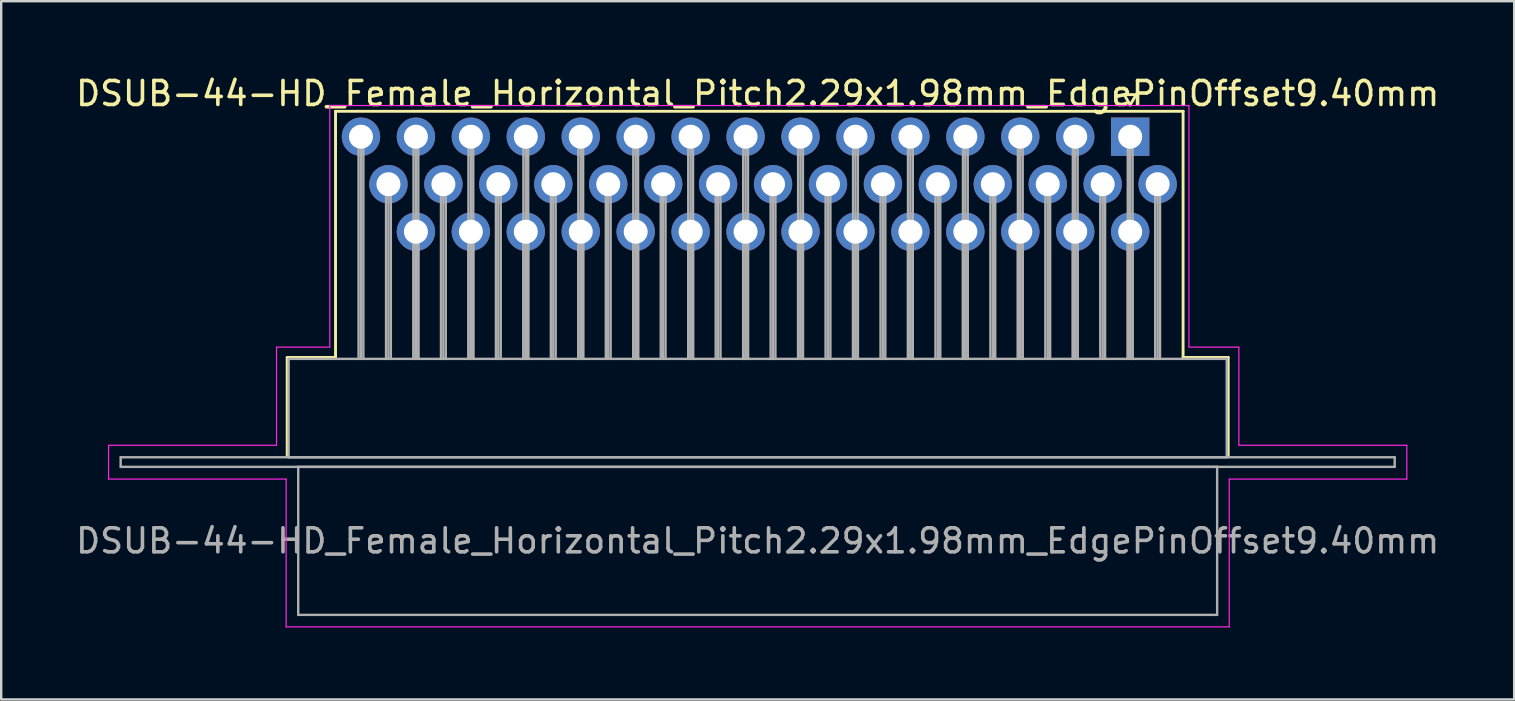
<source format=kicad_pcb>
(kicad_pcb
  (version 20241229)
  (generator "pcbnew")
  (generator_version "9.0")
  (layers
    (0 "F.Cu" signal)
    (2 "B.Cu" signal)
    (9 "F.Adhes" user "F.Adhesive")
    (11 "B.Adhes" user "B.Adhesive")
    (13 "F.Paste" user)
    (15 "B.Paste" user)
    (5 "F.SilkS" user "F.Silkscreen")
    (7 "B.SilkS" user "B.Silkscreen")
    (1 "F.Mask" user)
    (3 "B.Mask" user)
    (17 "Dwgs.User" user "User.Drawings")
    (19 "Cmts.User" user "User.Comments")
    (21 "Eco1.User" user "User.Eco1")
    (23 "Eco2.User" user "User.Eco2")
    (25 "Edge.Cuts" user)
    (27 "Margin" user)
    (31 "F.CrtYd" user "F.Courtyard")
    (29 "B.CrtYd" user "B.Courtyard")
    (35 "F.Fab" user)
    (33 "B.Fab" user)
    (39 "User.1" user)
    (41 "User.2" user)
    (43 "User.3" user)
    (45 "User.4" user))
  (footprint "DSUB-44-HD_Female_Horizontal_Pitch2.29x1.98mm_EdgePinOffset9.40mm"
    (layer "F.Cu")
    (at 44.055 2.648)
    (property "Reference" "DSUB-44-HD_Female_Horizontal_Pitch2.29x1.98mm_EdgePinOffset9.40mm" (at -15.525 -1.8 0) (layer "F.SilkS") (effects (font (size 1 1) (thickness 0.15))))
    (attr through_hole)
    (fp_line (start -35.135 9.2) (end -33.12 9.2) (stroke (width 0.12) (type solid)) (layer "F.SilkS"))
    (fp_line (start -35.135 13.3) (end -35.135 9.2) (stroke (width 0.12) (type solid)) (layer "F.SilkS"))
    (fp_line (start -33.12 -1.06) (end 2.205 -1.06) (stroke (width 0.12) (type solid)) (layer "F.SilkS"))
    (fp_line (start -33.12 9.2) (end -33.12 -1.06) (stroke (width 0.12) (type solid)) (layer "F.SilkS"))
    (fp_line (start -0.25 -1.754) (end 0.25 -1.754) (stroke (width 0.12) (type solid)) (layer "F.SilkS"))
    (fp_line (start 0 -1.321) (end -0.25 -1.754) (stroke (width 0.12) (type solid)) (layer "F.SilkS"))
    (fp_line (start 0.25 -1.754) (end 0 -1.321) (stroke (width 0.12) (type solid)) (layer "F.SilkS"))
    (fp_line (start 2.205 -1.06) (end 2.205 9.2) (stroke (width 0.12) (type solid)) (layer "F.SilkS"))
    (fp_line (start 2.205 9.2) (end 4.085 9.2) (stroke (width 0.12) (type solid)) (layer "F.SilkS"))
    (fp_line (start 4.085 9.2) (end 4.085 13.3) (stroke (width 0.12) (type solid)) (layer "F.SilkS"))
    (fp_line (start -42.58 12.86) (end -35.58 12.86) (stroke (width 0.05) (type solid)) (layer "F.CrtYd"))
    (fp_line (start -42.58 14.27) (end -42.58 12.86) (stroke (width 0.05) (type solid)) (layer "F.CrtYd"))
    (fp_line (start -35.58 8.77) (end -33.36 8.77) (stroke (width 0.05) (type solid)) (layer "F.CrtYd"))
    (fp_line (start -35.58 12.86) (end -35.58 8.77) (stroke (width 0.05) (type solid)) (layer "F.CrtYd"))
    (fp_line (start -35.18 14.27) (end -42.58 14.27) (stroke (width 0.05) (type solid)) (layer "F.CrtYd"))
    (fp_line (start -35.18 20.43) (end -35.18 14.27) (stroke (width 0.05) (type solid)) (layer "F.CrtYd"))
    (fp_line (start -33.36 -1.3) (end 2.45 -1.3) (stroke (width 0.05) (type solid)) (layer "F.CrtYd"))
    (fp_line (start -33.36 8.77) (end -33.36 -1.3) (stroke (width 0.05) (type solid)) (layer "F.CrtYd"))
    (fp_line (start 2.45 -1.3) (end 2.45 8.77) (stroke (width 0.05) (type solid)) (layer "F.CrtYd"))
    (fp_line (start 2.45 8.77) (end 4.53 8.77) (stroke (width 0.05) (type solid)) (layer "F.CrtYd"))
    (fp_line (start 4.13 14.27) (end 4.13 20.43) (stroke (width 0.05) (type solid)) (layer "F.CrtYd"))
    (fp_line (start 4.13 20.43) (end -35.18 20.43) (stroke (width 0.05) (type solid)) (layer "F.CrtYd"))
    (fp_line (start 4.53 8.77) (end 4.53 12.86) (stroke (width 0.05) (type solid)) (layer "F.CrtYd"))
    (fp_line (start 4.53 12.86) (end 11.53 12.86) (stroke (width 0.05) (type solid)) (layer "F.CrtYd"))
    (fp_line (start 11.53 12.86) (end 11.53 14.27) (stroke (width 0.05) (type solid)) (layer "F.CrtYd"))
    (fp_line (start 11.53 14.27) (end 4.13 14.27) (stroke (width 0.05) (type solid)) (layer "F.CrtYd"))
    (fp_line (start -42.075 13.36) (end -42.075 13.76) (stroke (width 0.1) (type solid)) (layer "F.Fab"))
    (fp_line (start -42.075 13.76) (end 11.025 13.76) (stroke (width 0.1) (type solid)) (layer "F.Fab"))
    (fp_line (start -35.075 9.26) (end -35.075 13.36) (stroke (width 0.1) (type solid)) (layer "F.Fab"))
    (fp_line (start -35.075 13.36) (end 4.025 13.36) (stroke (width 0.1) (type solid)) (layer "F.Fab"))
    (fp_line (start -34.675 13.76) (end -34.675 19.93) (stroke (width 0.1) (type solid)) (layer "F.Fab"))
    (fp_line (start -34.675 19.93) (end 3.625 19.93) (stroke (width 0.1) (type solid)) (layer "F.Fab"))
    (fp_line (start -32.16 0) (end -32.16 9.26) (stroke (width 0.1) (type solid)) (layer "F.Fab"))
    (fp_line (start -32.06 0) (end -32.06 9.26) (stroke (width 0.1) (type solid)) (layer "F.Fab"))
    (fp_line (start -31.96 0) (end -31.96 9.26) (stroke (width 0.1) (type solid)) (layer "F.Fab"))
    (fp_line (start -31.015 1.98) (end -31.015 9.26) (stroke (width 0.1) (type solid)) (layer "F.Fab"))
    (fp_line (start -30.915 1.98) (end -30.915 9.26) (stroke (width 0.1) (type solid)) (layer "F.Fab"))
    (fp_line (start -30.815 1.98) (end -30.815 9.26) (stroke (width 0.1) (type solid)) (layer "F.Fab"))
    (fp_line (start -29.87 0) (end -29.87 9.26) (stroke (width 0.1) (type solid)) (layer "F.Fab"))
    (fp_line (start -29.87 3.96) (end -29.87 9.26) (stroke (width 0.1) (type solid)) (layer "F.Fab"))
    (fp_line (start -29.77 0) (end -29.77 9.26) (stroke (width 0.1) (type solid)) (layer "F.Fab"))
    (fp_line (start -29.77 3.96) (end -29.77 9.26) (stroke (width 0.1) (type solid)) (layer "F.Fab"))
    (fp_line (start -29.67 0) (end -29.67 9.26) (stroke (width 0.1) (type solid)) (layer "F.Fab"))
    (fp_line (start -29.67 3.96) (end -29.67 9.26) (stroke (width 0.1) (type solid)) (layer "F.Fab"))
    (fp_line (start -28.725 1.98) (end -28.725 9.26) (stroke (width 0.1) (type solid)) (layer "F.Fab"))
    (fp_line (start -28.625 1.98) (end -28.625 9.26) (stroke (width 0.1) (type solid)) (layer "F.Fab"))
    (fp_line (start -28.525 1.98) (end -28.525 9.26) (stroke (width 0.1) (type solid)) (layer "F.Fab"))
    (fp_line (start -27.58 0) (end -27.58 9.26) (stroke (width 0.1) (type solid)) (layer "F.Fab"))
    (fp_line (start -27.58 3.96) (end -27.58 9.26) (stroke (width 0.1) (type solid)) (layer "F.Fab"))
    (fp_line (start -27.48 0) (end -27.48 9.26) (stroke (width 0.1) (type solid)) (layer "F.Fab"))
    (fp_line (start -27.48 3.96) (end -27.48 9.26) (stroke (width 0.1) (type solid)) (layer "F.Fab"))
    (fp_line (start -27.38 0) (end -27.38 9.26) (stroke (width 0.1) (type solid)) (layer "F.Fab"))
    (fp_line (start -27.38 3.96) (end -27.38 9.26) (stroke (width 0.1) (type solid)) (layer "F.Fab"))
    (fp_line (start -26.435 1.98) (end -26.435 9.26) (stroke (width 0.1) (type solid)) (layer "F.Fab"))
    (fp_line (start -26.335 1.98) (end -26.335 9.26) (stroke (width 0.1) (type solid)) (layer "F.Fab"))
    (fp_line (start -26.235 1.98) (end -26.235 9.26) (stroke (width 0.1) (type solid)) (layer "F.Fab"))
    (fp_line (start -25.29 0) (end -25.29 9.26) (stroke (width 0.1) (type solid)) (layer "F.Fab"))
    (fp_line (start -25.29 3.96) (end -25.29 9.26) (stroke (width 0.1) (type solid)) (layer "F.Fab"))
    (fp_line (start -25.19 0) (end -25.19 9.26) (stroke (width 0.1) (type solid)) (layer "F.Fab"))
    (fp_line (start -25.19 3.96) (end -25.19 9.26) (stroke (width 0.1) (type solid)) (layer "F.Fab"))
    (fp_line (start -25.09 0) (end -25.09 9.26) (stroke (width 0.1) (type solid)) (layer "F.Fab"))
    (fp_line (start -25.09 3.96) (end -25.09 9.26) (stroke (width 0.1) (type solid)) (layer "F.Fab"))
    (fp_line (start -24.145 1.98) (end -24.145 9.26) (stroke (width 0.1) (type solid)) (layer "F.Fab"))
    (fp_line (start -24.045 1.98) (end -24.045 9.26) (stroke (width 0.1) (type solid)) (layer "F.Fab"))
    (fp_line (start -23.945 1.98) (end -23.945 9.26) (stroke (width 0.1) (type solid)) (layer "F.Fab"))
    (fp_line (start -23 0) (end -23 9.26) (stroke (width 0.1) (type solid)) (layer "F.Fab"))
    (fp_line (start -23 3.96) (end -23 9.26) (stroke (width 0.1) (type solid)) (layer "F.Fab"))
    (fp_line (start -22.9 0) (end -22.9 9.26) (stroke (width 0.1) (type solid)) (layer "F.Fab"))
    (fp_line (start -22.9 3.96) (end -22.9 9.26) (stroke (width 0.1) (type solid)) (layer "F.Fab"))
    (fp_line (start -22.8 0) (end -22.8 9.26) (stroke (width 0.1) (type solid)) (layer "F.Fab"))
    (fp_line (start -22.8 3.96) (end -22.8 9.26) (stroke (width 0.1) (type solid)) (layer "F.Fab"))
    (fp_line (start -21.855 1.98) (end -21.855 9.26) (stroke (width 0.1) (type solid)) (layer "F.Fab"))
    (fp_line (start -21.755 1.98) (end -21.755 9.26) (stroke (width 0.1) (type solid)) (layer "F.Fab"))
    (fp_line (start -21.655 1.98) (end -21.655 9.26) (stroke (width 0.1) (type solid)) (layer "F.Fab"))
    (fp_line (start -20.71 0) (end -20.71 9.26) (stroke (width 0.1) (type solid)) (layer "F.Fab"))
    (fp_line (start -20.71 3.96) (end -20.71 9.26) (stroke (width 0.1) (type solid)) (layer "F.Fab"))
    (fp_line (start -20.61 0) (end -20.61 9.26) (stroke (width 0.1) (type solid)) (layer "F.Fab"))
    (fp_line (start -20.61 3.96) (end -20.61 9.26) (stroke (width 0.1) (type solid)) (layer "F.Fab"))
    (fp_line (start -20.51 0) (end -20.51 9.26) (stroke (width 0.1) (type solid)) (layer "F.Fab"))
    (fp_line (start -20.51 3.96) (end -20.51 9.26) (stroke (width 0.1) (type solid)) (layer "F.Fab"))
    (fp_line (start -19.565 1.98) (end -19.565 9.26) (stroke (width 0.1) (type solid)) (layer "F.Fab"))
    (fp_line (start -19.465 1.98) (end -19.465 9.26) (stroke (width 0.1) (type solid)) (layer "F.Fab"))
    (fp_line (start -19.365 1.98) (end -19.365 9.26) (stroke (width 0.1) (type solid)) (layer "F.Fab"))
    (fp_line (start -18.42 0) (end -18.42 9.26) (stroke (width 0.1) (type solid)) (layer "F.Fab"))
    (fp_line (start -18.42 3.96) (end -18.42 9.26) (stroke (width 0.1) (type solid)) (layer "F.Fab"))
    (fp_line (start -18.32 0) (end -18.32 9.26) (stroke (width 0.1) (type solid)) (layer "F.Fab"))
    (fp_line (start -18.32 3.96) (end -18.32 9.26) (stroke (width 0.1) (type solid)) (layer "F.Fab"))
    (fp_line (start -18.22 0) (end -18.22 9.26) (stroke (width 0.1) (type solid)) (layer "F.Fab"))
    (fp_line (start -18.22 3.96) (end -18.22 9.26) (stroke (width 0.1) (type solid)) (layer "F.Fab"))
    (fp_line (start -17.275 1.98) (end -17.275 9.26) (stroke (width 0.1) (type solid)) (layer "F.Fab"))
    (fp_line (start -17.175 1.98) (end -17.175 9.26) (stroke (width 0.1) (type solid)) (layer "F.Fab"))
    (fp_line (start -17.075 1.98) (end -17.075 9.26) (stroke (width 0.1) (type solid)) (layer "F.Fab"))
    (fp_line (start -16.13 0) (end -16.13 9.26) (stroke (width 0.1) (type solid)) (layer "F.Fab"))
    (fp_line (start -16.13 3.96) (end -16.13 9.26) (stroke (width 0.1) (type solid)) (layer "F.Fab"))
    (fp_line (start -16.03 0) (end -16.03 9.26) (stroke (width 0.1) (type solid)) (layer "F.Fab"))
    (fp_line (start -16.03 3.96) (end -16.03 9.26) (stroke (width 0.1) (type solid)) (layer "F.Fab"))
    (fp_line (start -15.93 0) (end -15.93 9.26) (stroke (width 0.1) (type solid)) (layer "F.Fab"))
    (fp_line (start -15.93 3.96) (end -15.93 9.26) (stroke (width 0.1) (type solid)) (layer "F.Fab"))
    (fp_line (start -14.985 1.98) (end -14.985 9.26) (stroke (width 0.1) (type solid)) (layer "F.Fab"))
    (fp_line (start -14.885 1.98) (end -14.885 9.26) (stroke (width 0.1) (type solid)) (layer "F.Fab"))
    (fp_line (start -14.785 1.98) (end -14.785 9.26) (stroke (width 0.1) (type solid)) (layer "F.Fab"))
    (fp_line (start -13.84 0) (end -13.84 9.26) (stroke (width 0.1) (type solid)) (layer "F.Fab"))
    (fp_line (start -13.84 3.96) (end -13.84 9.26) (stroke (width 0.1) (type solid)) (layer "F.Fab"))
    (fp_line (start -13.74 0) (end -13.74 9.26) (stroke (width 0.1) (type solid)) (layer "F.Fab"))
    (fp_line (start -13.74 3.96) (end -13.74 9.26) (stroke (width 0.1) (type solid)) (layer "F.Fab"))
    (fp_line (start -13.64 0) (end -13.64 9.26) (stroke (width 0.1) (type solid)) (layer "F.Fab"))
    (fp_line (start -13.64 3.96) (end -13.64 9.26) (stroke (width 0.1) (type solid)) (layer "F.Fab"))
    (fp_line (start -12.695 1.98) (end -12.695 9.26) (stroke (width 0.1) (type solid)) (layer "F.Fab"))
    (fp_line (start -12.595 1.98) (end -12.595 9.26) (stroke (width 0.1) (type solid)) (layer "F.Fab"))
    (fp_line (start -12.495 1.98) (end -12.495 9.26) (stroke (width 0.1) (type solid)) (layer "F.Fab"))
    (fp_line (start -11.55 0) (end -11.55 9.26) (stroke (width 0.1) (type solid)) (layer "F.Fab"))
    (fp_line (start -11.55 3.96) (end -11.55 9.26) (stroke (width 0.1) (type solid)) (layer "F.Fab"))
    (fp_line (start -11.45 0) (end -11.45 9.26) (stroke (width 0.1) (type solid)) (layer "F.Fab"))
    (fp_line (start -11.45 3.96) (end -11.45 9.26) (stroke (width 0.1) (type solid)) (layer "F.Fab"))
    (fp_line (start -11.35 0) (end -11.35 9.26) (stroke (width 0.1) (type solid)) (layer "F.Fab"))
    (fp_line (start -11.35 3.96) (end -11.35 9.26) (stroke (width 0.1) (type solid)) (layer "F.Fab"))
    (fp_line (start -10.405 1.98) (end -10.405 9.26) (stroke (width 0.1) (type solid)) (layer "F.Fab"))
    (fp_line (start -10.305 1.98) (end -10.305 9.26) (stroke (width 0.1) (type solid)) (layer "F.Fab"))
    (fp_line (start -10.205 1.98) (end -10.205 9.26) (stroke (width 0.1) (type solid)) (layer "F.Fab"))
    (fp_line (start -9.26 0) (end -9.26 9.26) (stroke (width 0.1) (type solid)) (layer "F.Fab"))
    (fp_line (start -9.26 3.96) (end -9.26 9.26) (stroke (width 0.1) (type solid)) (layer "F.Fab"))
    (fp_line (start -9.16 0) (end -9.16 9.26) (stroke (width 0.1) (type solid)) (layer "F.Fab"))
    (fp_line (start -9.16 3.96) (end -9.16 9.26) (stroke (width 0.1) (type solid)) (layer "F.Fab"))
    (fp_line (start -9.06 0) (end -9.06 9.26) (stroke (width 0.1) (type solid)) (layer "F.Fab"))
    (fp_line (start -9.06 3.96) (end -9.06 9.26) (stroke (width 0.1) (type solid)) (layer "F.Fab"))
    (fp_line (start -8.115 1.98) (end -8.115 9.26) (stroke (width 0.1) (type solid)) (layer "F.Fab"))
    (fp_line (start -8.015 1.98) (end -8.015 9.26) (stroke (width 0.1) (type solid)) (layer "F.Fab"))
    (fp_line (start -7.915 1.98) (end -7.915 9.26) (stroke (width 0.1) (type solid)) (layer "F.Fab"))
    (fp_line (start -6.97 0) (end -6.97 9.26) (stroke (width 0.1) (type solid)) (layer "F.Fab"))
    (fp_line (start -6.97 3.96) (end -6.97 9.26) (stroke (width 0.1) (type solid)) (layer "F.Fab"))
    (fp_line (start -6.87 0) (end -6.87 9.26) (stroke (width 0.1) (type solid)) (layer "F.Fab"))
    (fp_line (start -6.87 3.96) (end -6.87 9.26) (stroke (width 0.1) (type solid)) (layer "F.Fab"))
    (fp_line (start -6.77 0) (end -6.77 9.26) (stroke (width 0.1) (type solid)) (layer "F.Fab"))
    (fp_line (start -6.77 3.96) (end -6.77 9.26) (stroke (width 0.1) (type solid)) (layer "F.Fab"))
    (fp_line (start -5.825 1.98) (end -5.825 9.26) (stroke (width 0.1) (type solid)) (layer "F.Fab"))
    (fp_line (start -5.725 1.98) (end -5.725 9.26) (stroke (width 0.1) (type solid)) (layer "F.Fab"))
    (fp_line (start -5.625 1.98) (end -5.625 9.26) (stroke (width 0.1) (type solid)) (layer "F.Fab"))
    (fp_line (start -4.68 0) (end -4.68 9.26) (stroke (width 0.1) (type solid)) (layer "F.Fab"))
    (fp_line (start -4.68 3.96) (end -4.68 9.26) (stroke (width 0.1) (type solid)) (layer "F.Fab"))
    (fp_line (start -4.58 0) (end -4.58 9.26) (stroke (width 0.1) (type solid)) (layer "F.Fab"))
    (fp_line (start -4.58 3.96) (end -4.58 9.26) (stroke (width 0.1) (type solid)) (layer "F.Fab"))
    (fp_line (start -4.48 0) (end -4.48 9.26) (stroke (width 0.1) (type solid)) (layer "F.Fab"))
    (fp_line (start -4.48 3.96) (end -4.48 9.26) (stroke (width 0.1) (type solid)) (layer "F.Fab"))
    (fp_line (start -3.535 1.98) (end -3.535 9.26) (stroke (width 0.1) (type solid)) (layer "F.Fab"))
    (fp_line (start -3.435 1.98) (end -3.435 9.26) (stroke (width 0.1) (type solid)) (layer "F.Fab"))
    (fp_line (start -3.335 1.98) (end -3.335 9.26) (stroke (width 0.1) (type solid)) (layer "F.Fab"))
    (fp_line (start -2.39 0) (end -2.39 9.26) (stroke (width 0.1) (type solid)) (layer "F.Fab"))
    (fp_line (start -2.39 3.96) (end -2.39 9.26) (stroke (width 0.1) (type solid)) (layer "F.Fab"))
    (fp_line (start -2.29 0) (end -2.29 9.26) (stroke (width 0.1) (type solid)) (layer "F.Fab"))
    (fp_line (start -2.29 3.96) (end -2.29 9.26) (stroke (width 0.1) (type solid)) (layer "F.Fab"))
    (fp_line (start -2.19 0) (end -2.19 9.26) (stroke (width 0.1) (type solid)) (layer "F.Fab"))
    (fp_line (start -2.19 3.96) (end -2.19 9.26) (stroke (width 0.1) (type solid)) (layer "F.Fab"))
    (fp_line (start -1.245 1.98) (end -1.245 9.26) (stroke (width 0.1) (type solid)) (layer "F.Fab"))
    (fp_line (start -1.145 1.98) (end -1.145 9.26) (stroke (width 0.1) (type solid)) (layer "F.Fab"))
    (fp_line (start -1.045 1.98) (end -1.045 9.26) (stroke (width 0.1) (type solid)) (layer "F.Fab"))
    (fp_line (start -0.1 0) (end -0.1 9.26) (stroke (width 0.1) (type solid)) (layer "F.Fab"))
    (fp_line (start -0.1 3.96) (end -0.1 9.26) (stroke (width 0.1) (type solid)) (layer "F.Fab"))
    (fp_line (start 0 0) (end 0 9.26) (stroke (width 0.1) (type solid)) (layer "F.Fab"))
    (fp_line (start 0 3.96) (end 0 9.26) (stroke (width 0.1) (type solid)) (layer "F.Fab"))
    (fp_line (start 0.1 0) (end 0.1 9.26) (stroke (width 0.1) (type solid)) (layer "F.Fab"))
    (fp_line (start 0.1 3.96) (end 0.1 9.26) (stroke (width 0.1) (type solid)) (layer "F.Fab"))
    (fp_line (start 1.045 1.98) (end 1.045 9.26) (stroke (width 0.1) (type solid)) (layer "F.Fab"))
    (fp_line (start 1.145 1.98) (end 1.145 9.26) (stroke (width 0.1) (type solid)) (layer "F.Fab"))
    (fp_line (start 1.245 1.98) (end 1.245 9.26) (stroke (width 0.1) (type solid)) (layer "F.Fab"))
    (fp_line (start 3.625 13.76) (end -34.675 13.76) (stroke (width 0.1) (type solid)) (layer "F.Fab"))
    (fp_line (start 3.625 19.93) (end 3.625 13.76) (stroke (width 0.1) (type solid)) (layer "F.Fab"))
    (fp_line (start 4.025 9.26) (end -35.075 9.26) (stroke (width 0.1) (type solid)) (layer "F.Fab"))
    (fp_line (start 4.025 13.36) (end 4.025 9.26) (stroke (width 0.1) (type solid)) (layer "F.Fab"))
    (fp_line (start 11.025 13.36) (end -42.075 13.36) (stroke (width 0.1) (type solid)) (layer "F.Fab"))
    (fp_line (start 11.025 13.76) (end 11.025 13.36) (stroke (width 0.1) (type solid)) (layer "F.Fab"))
    (fp_text user "${REFERENCE}" (at -15.525 16.845 0) (layer "F.Fab") (effects (font (size 1 1) (thickness 0.15))))
    (pad "1" thru_hole rect (at 0 0) (size 1.6 1.6) (drill 1) (layers "*.Cu" "*.Mask"))
    (pad "2" thru_hole circle (at -2.29 0) (size 1.6 1.6) (drill 1) (layers "*.Cu" "*.Mask"))
    (pad "3" thru_hole circle (at -4.58 0) (size 1.6 1.6) (drill 1) (layers "*.Cu" "*.Mask"))
    (pad "4" thru_hole circle (at -6.87 0) (size 1.6 1.6) (drill 1) (layers "*.Cu" "*.Mask"))
    (pad "5" thru_hole circle (at -9.16 0) (size 1.6 1.6) (drill 1) (layers "*.Cu" "*.Mask"))
    (pad "6" thru_hole circle (at -11.45 0) (size 1.6 1.6) (drill 1) (layers "*.Cu" "*.Mask"))
    (pad "7" thru_hole circle (at -13.74 0) (size 1.6 1.6) (drill 1) (layers "*.Cu" "*.Mask"))
    (pad "8" thru_hole circle (at -16.03 0) (size 1.6 1.6) (drill 1) (layers "*.Cu" "*.Mask"))
    (pad "9" thru_hole circle (at -18.32 0) (size 1.6 1.6) (drill 1) (layers "*.Cu" "*.Mask"))
    (pad "10" thru_hole circle (at -20.61 0) (size 1.6 1.6) (drill 1) (layers "*.Cu" "*.Mask"))
    (pad "11" thru_hole circle (at -22.9 0) (size 1.6 1.6) (drill 1) (layers "*.Cu" "*.Mask"))
    (pad "12" thru_hole circle (at -25.19 0) (size 1.6 1.6) (drill 1) (layers "*.Cu" "*.Mask"))
    (pad "13" thru_hole circle (at -27.48 0) (size 1.6 1.6) (drill 1) (layers "*.Cu" "*.Mask"))
    (pad "14" thru_hole circle (at -29.77 0) (size 1.6 1.6) (drill 1) (layers "*.Cu" "*.Mask"))
    (pad "15" thru_hole circle (at -32.06 0) (size 1.6 1.6) (drill 1) (layers "*.Cu" "*.Mask"))
    (pad "16" thru_hole circle (at 1.145 1.98) (size 1.6 1.6) (drill 1) (layers "*.Cu" "*.Mask"))
    (pad "17" thru_hole circle (at -1.145 1.98) (size 1.6 1.6) (drill 1) (layers "*.Cu" "*.Mask"))
    (pad "18" thru_hole circle (at -3.435 1.98) (size 1.6 1.6) (drill 1) (layers "*.Cu" "*.Mask"))
    (pad "19" thru_hole circle (at -5.725 1.98) (size 1.6 1.6) (drill 1) (layers "*.Cu" "*.Mask"))
    (pad "20" thru_hole circle (at -8.015 1.98) (size 1.6 1.6) (drill 1) (layers "*.Cu" "*.Mask"))
    (pad "21" thru_hole circle (at -10.305 1.98) (size 1.6 1.6) (drill 1) (layers "*.Cu" "*.Mask"))
    (pad "22" thru_hole circle (at -12.595 1.98) (size 1.6 1.6) (drill 1) (layers "*.Cu" "*.Mask"))
    (pad "23" thru_hole circle (at -14.885 1.98) (size 1.6 1.6) (drill 1) (layers "*.Cu" "*.Mask"))
    (pad "24" thru_hole circle (at -17.175 1.98) (size 1.6 1.6) (drill 1) (layers "*.Cu" "*.Mask"))
    (pad "25" thru_hole circle (at -19.465 1.98) (size 1.6 1.6) (drill 1) (layers "*.Cu" "*.Mask"))
    (pad "26" thru_hole circle (at -21.755 1.98) (size 1.6 1.6) (drill 1) (layers "*.Cu" "*.Mask"))
    (pad "27" thru_hole circle (at -24.045 1.98) (size 1.6 1.6) (drill 1) (layers "*.Cu" "*.Mask"))
    (pad "28" thru_hole circle (at -26.335 1.98) (size 1.6 1.6) (drill 1) (layers "*.Cu" "*.Mask"))
    (pad "29" thru_hole circle (at -28.625 1.98) (size 1.6 1.6) (drill 1) (layers "*.Cu" "*.Mask"))
    (pad "30" thru_hole circle (at -30.915 1.98) (size 1.6 1.6) (drill 1) (layers "*.Cu" "*.Mask"))
    (pad "31" thru_hole circle (at 0 3.96) (size 1.6 1.6) (drill 1) (layers "*.Cu" "*.Mask"))
    (pad "32" thru_hole circle (at -2.29 3.96) (size 1.6 1.6) (drill 1) (layers "*.Cu" "*.Mask"))
    (pad "33" thru_hole circle (at -4.58 3.96) (size 1.6 1.6) (drill 1) (layers "*.Cu" "*.Mask"))
    (pad "34" thru_hole circle (at -6.87 3.96) (size 1.6 1.6) (drill 1) (layers "*.Cu" "*.Mask"))
    (pad "35" thru_hole circle (at -9.16 3.96) (size 1.6 1.6) (drill 1) (layers "*.Cu" "*.Mask"))
    (pad "36" thru_hole circle (at -11.45 3.96) (size 1.6 1.6) (drill 1) (layers "*.Cu" "*.Mask"))
    (pad "37" thru_hole circle (at -13.74 3.96) (size 1.6 1.6) (drill 1) (layers "*.Cu" "*.Mask"))
    (pad "38" thru_hole circle (at -16.03 3.96) (size 1.6 1.6) (drill 1) (layers "*.Cu" "*.Mask"))
    (pad "39" thru_hole circle (at -18.32 3.96) (size 1.6 1.6) (drill 1) (layers "*.Cu" "*.Mask"))
    (pad "40" thru_hole circle (at -20.61 3.96) (size 1.6 1.6) (drill 1) (layers "*.Cu" "*.Mask"))
    (pad "41" thru_hole circle (at -22.9 3.96) (size 1.6 1.6) (drill 1) (layers "*.Cu" "*.Mask"))
    (pad "42" thru_hole circle (at -25.19 3.96) (size 1.6 1.6) (drill 1) (layers "*.Cu" "*.Mask"))
    (pad "43" thru_hole circle (at -27.48 3.96) (size 1.6 1.6) (drill 1) (layers "*.Cu" "*.Mask"))
    (pad "44" thru_hole circle (at -29.77 3.96) (size 1.6 1.6) (drill 1) (layers "*.Cu" "*.Mask")))
  (gr_rect
    (start -3 -3)
    (end 60.06 26.103)
    (stroke (width 0.1) (type default))
    (fill no)
    (layer "Edge.Cuts")))
</source>
